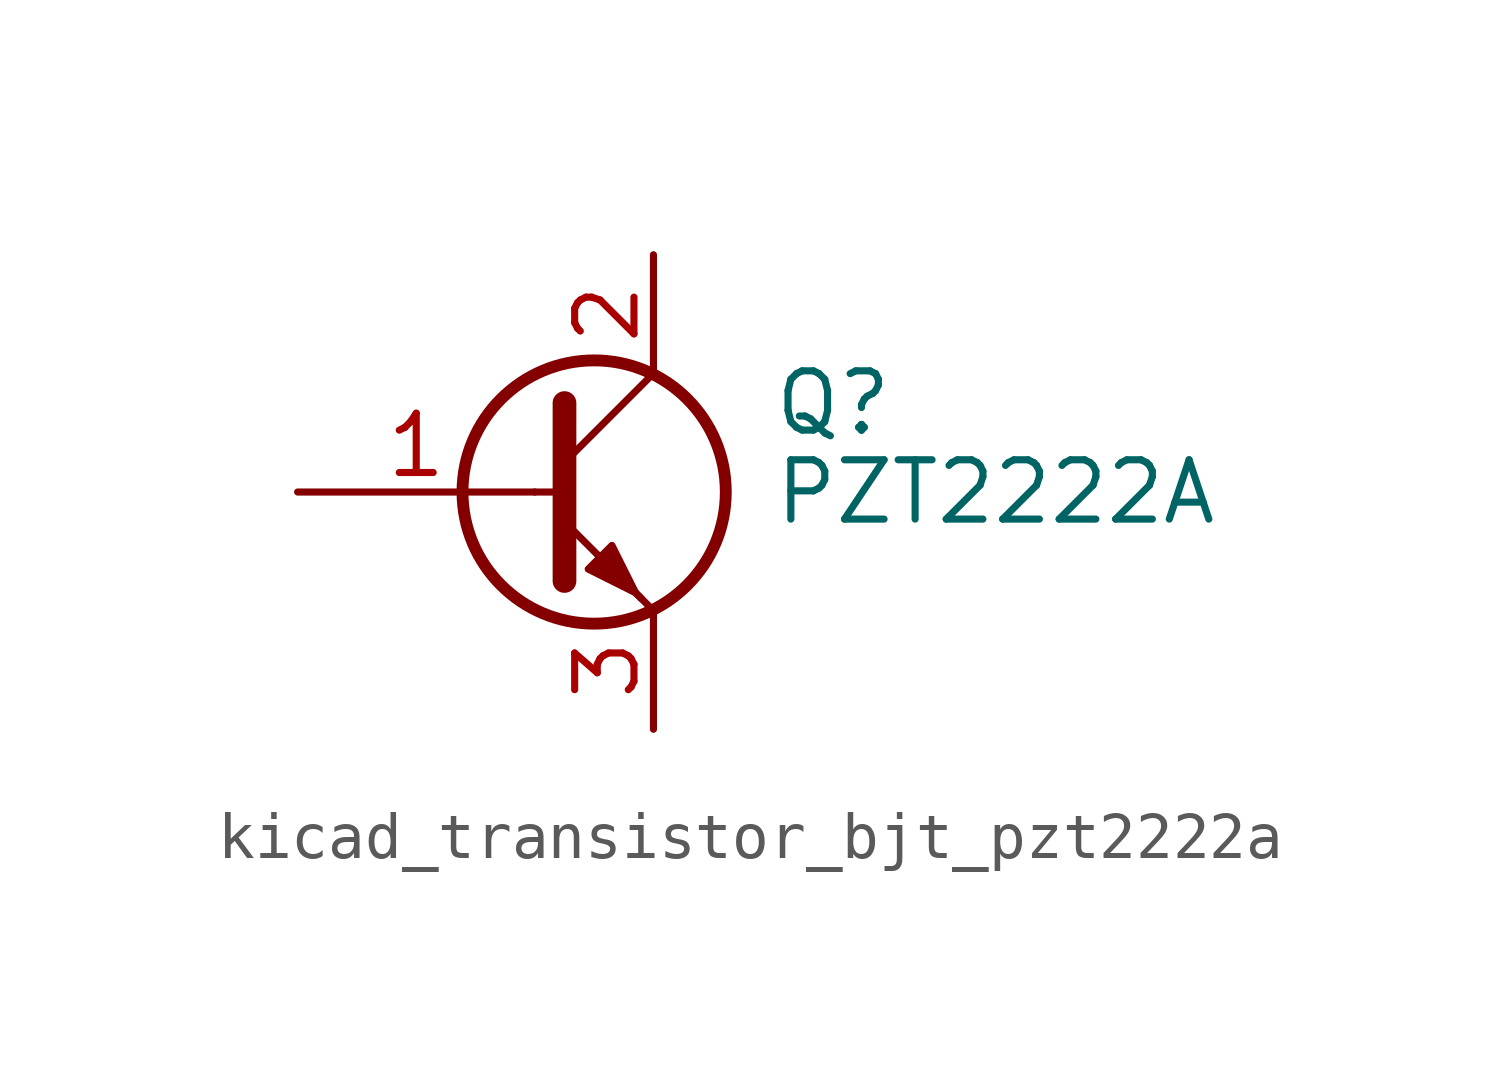
<source format=kicad_sym>
(kicad_symbol_lib
  (version 20220914)
  (generator kicad_symbol_editor)
  (symbol "kicad_transistor_bjt_pzt2222a"
    (pin_names
      (offset 0) hide)
    (property "Reference" "Q"
      (at 5.08 1.905 0)
      (effects (font (size 1.27 1.27)) (justify left)))
    (property "Value" "PZT2222A"
      (at 5.08 0 0)
      (effects (font (size 1.27 1.27)) (justify left)))
    (symbol "kicad_transistor_bjt_pzt2222a_0_1"
      (polyline (pts (xy 0 0) (xy 0.635 0)) (stroke (width 0) (type default)) (fill (type none)))
      (polyline (pts (xy 2.54 -2.54) (xy 0.635 -0.635)) (stroke (width 0) (type default)) (fill (type none)))
      (polyline (pts (xy 2.54 2.54) (xy 0.635 0.635)) (stroke (width 0) (type default)) (fill (type none)))
      (polyline (pts (xy 0.635 1.905) (xy 0.635 -1.905) (xy 0.635 -1.905)) (stroke (width 0.508) (type default)) (fill (type none)))
      (polyline (pts (xy 2.286 -2.286) (xy 1.778 -1.778) (xy 1.778 -1.778)) (stroke (width 0) (type default)) (fill (type none)))
      (polyline (pts (xy 1.143 -1.651) (xy 1.651 -1.143) (xy 2.159 -2.159) (xy 1.143 -1.651) (xy 1.143 -1.651)) (stroke (width 0) (type default)) (fill (type outline)))
      (circle (center 1.27 0) (radius 2.819) (stroke (width 0.254) (type default)) (fill (type none))))
    (symbol "kicad_transistor_bjt_pzt2222a_1_1"
      (pin input line (at -5.08 0 0) (length 5.08) (name "B" (effects (font (size 1.27 1.27)))) (number "1" (effects (font (size 1.27 1.27)))))
      (pin passive line (at 2.54 5.08 270) (length 2.54) (name "C" (effects (font (size 1.27 1.27)))) (number "2" (effects (font (size 1.27 1.27)))))
      (pin passive line (at 2.54 -5.08 90) (length 2.54) (name "E" (effects (font (size 1.27 1.27)))) (number "3" (effects (font (size 1.27 1.27))))))))
</source>
